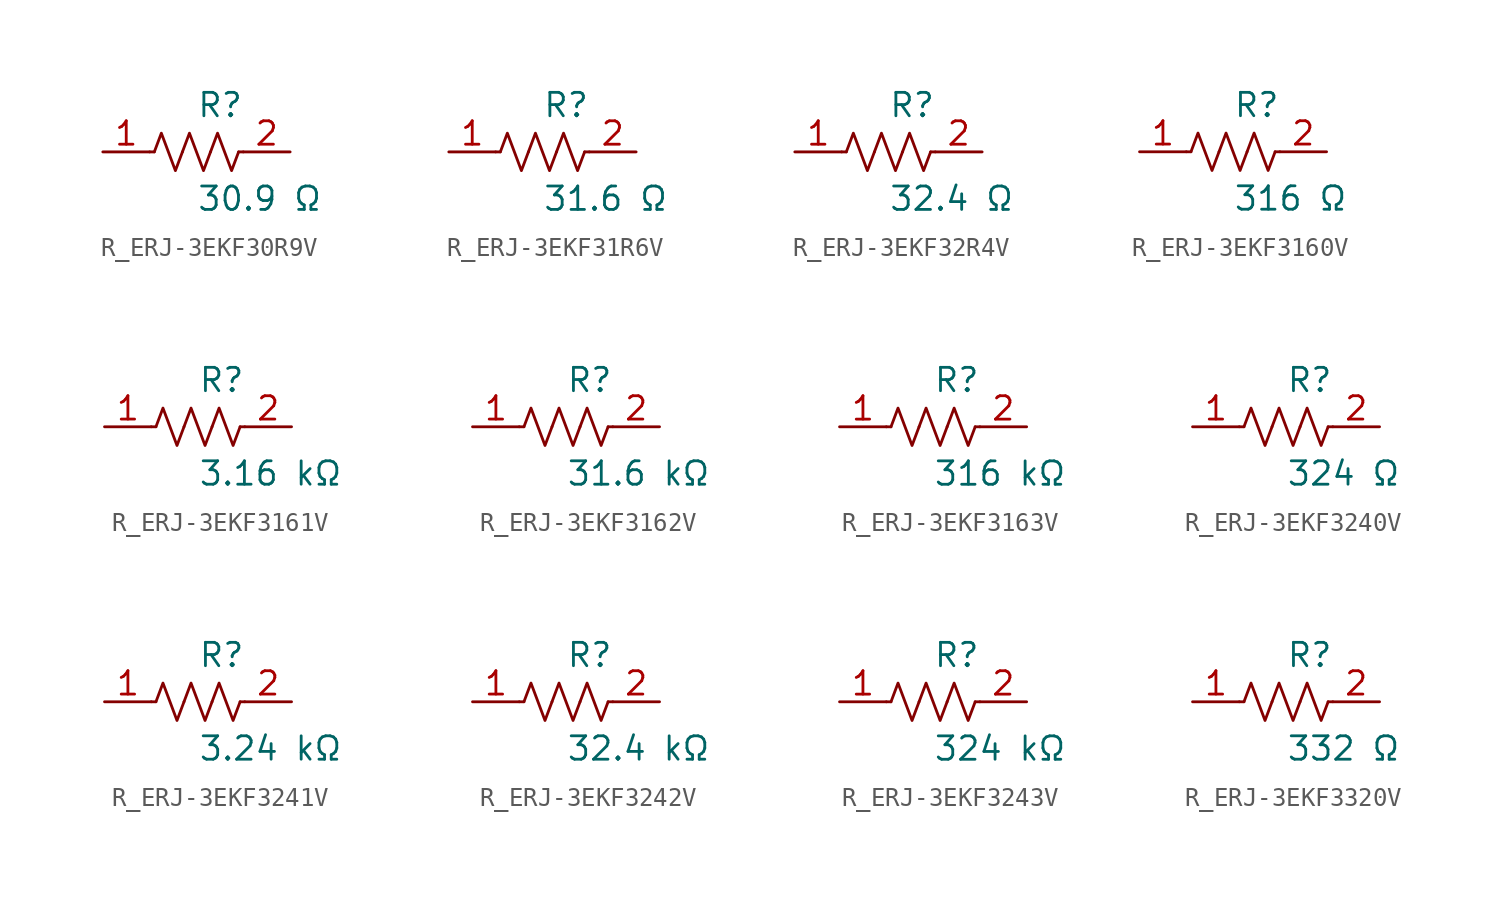
<source format=kicad_sym>
(kicad_symbol_lib
  (version 20231120)
  (generator "kicad_symbol_editor")
  (generator_version "8.0")
  (symbol "R_ERJ-3EKF30R9V"
    (pin_names
      (offset 0.254))
    (property "Reference" "R"
      (at 0 2.54 0)
      (effects (font (size 1.27 1.27)) (justify left)))
    (property "Value" "30.9 Ω"
      (at 0 -2.54 0)
      (effects (font (size 1.27 1.27)) (justify left)))
    (symbol "R_ERJ-3EKF30R9V_0_1"
      (polyline (pts (xy 2.286 0) (xy 2.54 0)) (stroke (width 0) (type default)) (fill (type none)))
      (polyline (pts (xy -2.286 0) (xy -2.54 0)) (stroke (width 0) (type default)) (fill (type none)))
      (polyline (pts (xy 0.762 0) (xy 1.143 1.016) (xy 1.524 0) (xy 1.905 -1.016) (xy 2.286 0)) (stroke (width 0) (type default)) (fill (type none)))
      (polyline (pts (xy -0.762 0) (xy -0.381 1.016) (xy 0 0) (xy 0.381 -1.016) (xy 0.762 0)) (stroke (width 0) (type default)) (fill (type none)))
      (polyline (pts (xy -2.286 0) (xy -1.905 1.016) (xy -1.524 0) (xy -1.143 -1.016) (xy -0.762 0)) (stroke (width 0) (type default)) (fill (type none))))
    (pin unspecified line
      (at -5.08 0 0)
      (length 2.54)
      (name "" (effects (font (size 1.27 1.27))))
      (number "1" (effects (font (size 1.27 1.27)))))
    (pin unspecified line
      (at 5.08 0 180)
      (length 2.54)
      (name "" (effects (font (size 1.27 1.27))))
      (number "2" (effects (font (size 1.27 1.27))))))
  (symbol "R_ERJ-3EKF31R6V"
    (pin_names
      (offset 0.254))
    (property "Reference" "R"
      (at 0 2.54 0)
      (effects (font (size 1.27 1.27)) (justify left)))
    (property "Value" "31.6 Ω"
      (at 0 -2.54 0)
      (effects (font (size 1.27 1.27)) (justify left)))
    (symbol "R_ERJ-3EKF31R6V_0_1"
      (polyline (pts (xy 2.286 0) (xy 2.54 0)) (stroke (width 0) (type default)) (fill (type none)))
      (polyline (pts (xy -2.286 0) (xy -2.54 0)) (stroke (width 0) (type default)) (fill (type none)))
      (polyline (pts (xy 0.762 0) (xy 1.143 1.016) (xy 1.524 0) (xy 1.905 -1.016) (xy 2.286 0)) (stroke (width 0) (type default)) (fill (type none)))
      (polyline (pts (xy -0.762 0) (xy -0.381 1.016) (xy 0 0) (xy 0.381 -1.016) (xy 0.762 0)) (stroke (width 0) (type default)) (fill (type none)))
      (polyline (pts (xy -2.286 0) (xy -1.905 1.016) (xy -1.524 0) (xy -1.143 -1.016) (xy -0.762 0)) (stroke (width 0) (type default)) (fill (type none))))
    (pin unspecified line
      (at -5.08 0 0)
      (length 2.54)
      (name "" (effects (font (size 1.27 1.27))))
      (number "1" (effects (font (size 1.27 1.27)))))
    (pin unspecified line
      (at 5.08 0 180)
      (length 2.54)
      (name "" (effects (font (size 1.27 1.27))))
      (number "2" (effects (font (size 1.27 1.27))))))
  (symbol "R_ERJ-3EKF32R4V"
    (pin_names
      (offset 0.254))
    (property "Reference" "R"
      (at 0 2.54 0)
      (effects (font (size 1.27 1.27)) (justify left)))
    (property "Value" "32.4 Ω"
      (at 0 -2.54 0)
      (effects (font (size 1.27 1.27)) (justify left)))
    (symbol "R_ERJ-3EKF32R4V_0_1"
      (polyline (pts (xy 2.286 0) (xy 2.54 0)) (stroke (width 0) (type default)) (fill (type none)))
      (polyline (pts (xy -2.286 0) (xy -2.54 0)) (stroke (width 0) (type default)) (fill (type none)))
      (polyline (pts (xy 0.762 0) (xy 1.143 1.016) (xy 1.524 0) (xy 1.905 -1.016) (xy 2.286 0)) (stroke (width 0) (type default)) (fill (type none)))
      (polyline (pts (xy -0.762 0) (xy -0.381 1.016) (xy 0 0) (xy 0.381 -1.016) (xy 0.762 0)) (stroke (width 0) (type default)) (fill (type none)))
      (polyline (pts (xy -2.286 0) (xy -1.905 1.016) (xy -1.524 0) (xy -1.143 -1.016) (xy -0.762 0)) (stroke (width 0) (type default)) (fill (type none))))
    (pin unspecified line
      (at -5.08 0 0)
      (length 2.54)
      (name "" (effects (font (size 1.27 1.27))))
      (number "1" (effects (font (size 1.27 1.27)))))
    (pin unspecified line
      (at 5.08 0 180)
      (length 2.54)
      (name "" (effects (font (size 1.27 1.27))))
      (number "2" (effects (font (size 1.27 1.27))))))
  (symbol "R_ERJ-3EKF3160V"
    (pin_names
      (offset 0.254))
    (property "Reference" "R"
      (at 0 2.54 0)
      (effects (font (size 1.27 1.27)) (justify left)))
    (property "Value" "316 Ω"
      (at 0 -2.54 0)
      (effects (font (size 1.27 1.27)) (justify left)))
    (symbol "R_ERJ-3EKF3160V_0_1"
      (polyline (pts (xy 2.286 0) (xy 2.54 0)) (stroke (width 0) (type default)) (fill (type none)))
      (polyline (pts (xy -2.286 0) (xy -2.54 0)) (stroke (width 0) (type default)) (fill (type none)))
      (polyline (pts (xy 0.762 0) (xy 1.143 1.016) (xy 1.524 0) (xy 1.905 -1.016) (xy 2.286 0)) (stroke (width 0) (type default)) (fill (type none)))
      (polyline (pts (xy -0.762 0) (xy -0.381 1.016) (xy 0 0) (xy 0.381 -1.016) (xy 0.762 0)) (stroke (width 0) (type default)) (fill (type none)))
      (polyline (pts (xy -2.286 0) (xy -1.905 1.016) (xy -1.524 0) (xy -1.143 -1.016) (xy -0.762 0)) (stroke (width 0) (type default)) (fill (type none))))
    (pin unspecified line
      (at -5.08 0 0)
      (length 2.54)
      (name "" (effects (font (size 1.27 1.27))))
      (number "1" (effects (font (size 1.27 1.27)))))
    (pin unspecified line
      (at 5.08 0 180)
      (length 2.54)
      (name "" (effects (font (size 1.27 1.27))))
      (number "2" (effects (font (size 1.27 1.27))))))
  (symbol "R_ERJ-3EKF3161V"
    (pin_names
      (offset 0.254))
    (property "Reference" "R"
      (at 0 2.54 0)
      (effects (font (size 1.27 1.27)) (justify left)))
    (property "Value" "3.16 kΩ"
      (at 0 -2.54 0)
      (effects (font (size 1.27 1.27)) (justify left)))
    (symbol "R_ERJ-3EKF3161V_0_1"
      (polyline (pts (xy 2.286 0) (xy 2.54 0)) (stroke (width 0) (type default)) (fill (type none)))
      (polyline (pts (xy -2.286 0) (xy -2.54 0)) (stroke (width 0) (type default)) (fill (type none)))
      (polyline (pts (xy 0.762 0) (xy 1.143 1.016) (xy 1.524 0) (xy 1.905 -1.016) (xy 2.286 0)) (stroke (width 0) (type default)) (fill (type none)))
      (polyline (pts (xy -0.762 0) (xy -0.381 1.016) (xy 0 0) (xy 0.381 -1.016) (xy 0.762 0)) (stroke (width 0) (type default)) (fill (type none)))
      (polyline (pts (xy -2.286 0) (xy -1.905 1.016) (xy -1.524 0) (xy -1.143 -1.016) (xy -0.762 0)) (stroke (width 0) (type default)) (fill (type none))))
    (pin unspecified line
      (at -5.08 0 0)
      (length 2.54)
      (name "" (effects (font (size 1.27 1.27))))
      (number "1" (effects (font (size 1.27 1.27)))))
    (pin unspecified line
      (at 5.08 0 180)
      (length 2.54)
      (name "" (effects (font (size 1.27 1.27))))
      (number "2" (effects (font (size 1.27 1.27))))))
  (symbol "R_ERJ-3EKF3162V"
    (pin_names
      (offset 0.254))
    (property "Reference" "R"
      (at 0 2.54 0)
      (effects (font (size 1.27 1.27)) (justify left)))
    (property "Value" "31.6 kΩ"
      (at 0 -2.54 0)
      (effects (font (size 1.27 1.27)) (justify left)))
    (symbol "R_ERJ-3EKF3162V_0_1"
      (polyline (pts (xy 2.286 0) (xy 2.54 0)) (stroke (width 0) (type default)) (fill (type none)))
      (polyline (pts (xy -2.286 0) (xy -2.54 0)) (stroke (width 0) (type default)) (fill (type none)))
      (polyline (pts (xy 0.762 0) (xy 1.143 1.016) (xy 1.524 0) (xy 1.905 -1.016) (xy 2.286 0)) (stroke (width 0) (type default)) (fill (type none)))
      (polyline (pts (xy -0.762 0) (xy -0.381 1.016) (xy 0 0) (xy 0.381 -1.016) (xy 0.762 0)) (stroke (width 0) (type default)) (fill (type none)))
      (polyline (pts (xy -2.286 0) (xy -1.905 1.016) (xy -1.524 0) (xy -1.143 -1.016) (xy -0.762 0)) (stroke (width 0) (type default)) (fill (type none))))
    (pin unspecified line
      (at -5.08 0 0)
      (length 2.54)
      (name "" (effects (font (size 1.27 1.27))))
      (number "1" (effects (font (size 1.27 1.27)))))
    (pin unspecified line
      (at 5.08 0 180)
      (length 2.54)
      (name "" (effects (font (size 1.27 1.27))))
      (number "2" (effects (font (size 1.27 1.27))))))
  (symbol "R_ERJ-3EKF3163V"
    (pin_names
      (offset 0.254))
    (property "Reference" "R"
      (at 0 2.54 0)
      (effects (font (size 1.27 1.27)) (justify left)))
    (property "Value" "316 kΩ"
      (at 0 -2.54 0)
      (effects (font (size 1.27 1.27)) (justify left)))
    (symbol "R_ERJ-3EKF3163V_0_1"
      (polyline (pts (xy 2.286 0) (xy 2.54 0)) (stroke (width 0) (type default)) (fill (type none)))
      (polyline (pts (xy -2.286 0) (xy -2.54 0)) (stroke (width 0) (type default)) (fill (type none)))
      (polyline (pts (xy 0.762 0) (xy 1.143 1.016) (xy 1.524 0) (xy 1.905 -1.016) (xy 2.286 0)) (stroke (width 0) (type default)) (fill (type none)))
      (polyline (pts (xy -0.762 0) (xy -0.381 1.016) (xy 0 0) (xy 0.381 -1.016) (xy 0.762 0)) (stroke (width 0) (type default)) (fill (type none)))
      (polyline (pts (xy -2.286 0) (xy -1.905 1.016) (xy -1.524 0) (xy -1.143 -1.016) (xy -0.762 0)) (stroke (width 0) (type default)) (fill (type none))))
    (pin unspecified line
      (at -5.08 0 0)
      (length 2.54)
      (name "" (effects (font (size 1.27 1.27))))
      (number "1" (effects (font (size 1.27 1.27)))))
    (pin unspecified line
      (at 5.08 0 180)
      (length 2.54)
      (name "" (effects (font (size 1.27 1.27))))
      (number "2" (effects (font (size 1.27 1.27))))))
  (symbol "R_ERJ-3EKF3240V"
    (pin_names
      (offset 0.254))
    (property "Reference" "R"
      (at 0 2.54 0)
      (effects (font (size 1.27 1.27)) (justify left)))
    (property "Value" "324 Ω"
      (at 0 -2.54 0)
      (effects (font (size 1.27 1.27)) (justify left)))
    (symbol "R_ERJ-3EKF3240V_0_1"
      (polyline (pts (xy 2.286 0) (xy 2.54 0)) (stroke (width 0) (type default)) (fill (type none)))
      (polyline (pts (xy -2.286 0) (xy -2.54 0)) (stroke (width 0) (type default)) (fill (type none)))
      (polyline (pts (xy 0.762 0) (xy 1.143 1.016) (xy 1.524 0) (xy 1.905 -1.016) (xy 2.286 0)) (stroke (width 0) (type default)) (fill (type none)))
      (polyline (pts (xy -0.762 0) (xy -0.381 1.016) (xy 0 0) (xy 0.381 -1.016) (xy 0.762 0)) (stroke (width 0) (type default)) (fill (type none)))
      (polyline (pts (xy -2.286 0) (xy -1.905 1.016) (xy -1.524 0) (xy -1.143 -1.016) (xy -0.762 0)) (stroke (width 0) (type default)) (fill (type none))))
    (pin unspecified line
      (at -5.08 0 0)
      (length 2.54)
      (name "" (effects (font (size 1.27 1.27))))
      (number "1" (effects (font (size 1.27 1.27)))))
    (pin unspecified line
      (at 5.08 0 180)
      (length 2.54)
      (name "" (effects (font (size 1.27 1.27))))
      (number "2" (effects (font (size 1.27 1.27))))))
  (symbol "R_ERJ-3EKF3241V"
    (pin_names
      (offset 0.254))
    (property "Reference" "R"
      (at 0 2.54 0)
      (effects (font (size 1.27 1.27)) (justify left)))
    (property "Value" "3.24 kΩ"
      (at 0 -2.54 0)
      (effects (font (size 1.27 1.27)) (justify left)))
    (symbol "R_ERJ-3EKF3241V_0_1"
      (polyline (pts (xy 2.286 0) (xy 2.54 0)) (stroke (width 0) (type default)) (fill (type none)))
      (polyline (pts (xy -2.286 0) (xy -2.54 0)) (stroke (width 0) (type default)) (fill (type none)))
      (polyline (pts (xy 0.762 0) (xy 1.143 1.016) (xy 1.524 0) (xy 1.905 -1.016) (xy 2.286 0)) (stroke (width 0) (type default)) (fill (type none)))
      (polyline (pts (xy -0.762 0) (xy -0.381 1.016) (xy 0 0) (xy 0.381 -1.016) (xy 0.762 0)) (stroke (width 0) (type default)) (fill (type none)))
      (polyline (pts (xy -2.286 0) (xy -1.905 1.016) (xy -1.524 0) (xy -1.143 -1.016) (xy -0.762 0)) (stroke (width 0) (type default)) (fill (type none))))
    (pin unspecified line
      (at -5.08 0 0)
      (length 2.54)
      (name "" (effects (font (size 1.27 1.27))))
      (number "1" (effects (font (size 1.27 1.27)))))
    (pin unspecified line
      (at 5.08 0 180)
      (length 2.54)
      (name "" (effects (font (size 1.27 1.27))))
      (number "2" (effects (font (size 1.27 1.27))))))
  (symbol "R_ERJ-3EKF3242V"
    (pin_names
      (offset 0.254))
    (property "Reference" "R"
      (at 0 2.54 0)
      (effects (font (size 1.27 1.27)) (justify left)))
    (property "Value" "32.4 kΩ"
      (at 0 -2.54 0)
      (effects (font (size 1.27 1.27)) (justify left)))
    (symbol "R_ERJ-3EKF3242V_0_1"
      (polyline (pts (xy 2.286 0) (xy 2.54 0)) (stroke (width 0) (type default)) (fill (type none)))
      (polyline (pts (xy -2.286 0) (xy -2.54 0)) (stroke (width 0) (type default)) (fill (type none)))
      (polyline (pts (xy 0.762 0) (xy 1.143 1.016) (xy 1.524 0) (xy 1.905 -1.016) (xy 2.286 0)) (stroke (width 0) (type default)) (fill (type none)))
      (polyline (pts (xy -0.762 0) (xy -0.381 1.016) (xy 0 0) (xy 0.381 -1.016) (xy 0.762 0)) (stroke (width 0) (type default)) (fill (type none)))
      (polyline (pts (xy -2.286 0) (xy -1.905 1.016) (xy -1.524 0) (xy -1.143 -1.016) (xy -0.762 0)) (stroke (width 0) (type default)) (fill (type none))))
    (pin unspecified line
      (at -5.08 0 0)
      (length 2.54)
      (name "" (effects (font (size 1.27 1.27))))
      (number "1" (effects (font (size 1.27 1.27)))))
    (pin unspecified line
      (at 5.08 0 180)
      (length 2.54)
      (name "" (effects (font (size 1.27 1.27))))
      (number "2" (effects (font (size 1.27 1.27))))))
  (symbol "R_ERJ-3EKF3243V"
    (pin_names
      (offset 0.254))
    (property "Reference" "R"
      (at 0 2.54 0)
      (effects (font (size 1.27 1.27)) (justify left)))
    (property "Value" "324 kΩ"
      (at 0 -2.54 0)
      (effects (font (size 1.27 1.27)) (justify left)))
    (symbol "R_ERJ-3EKF3243V_0_1"
      (polyline (pts (xy 2.286 0) (xy 2.54 0)) (stroke (width 0) (type default)) (fill (type none)))
      (polyline (pts (xy -2.286 0) (xy -2.54 0)) (stroke (width 0) (type default)) (fill (type none)))
      (polyline (pts (xy 0.762 0) (xy 1.143 1.016) (xy 1.524 0) (xy 1.905 -1.016) (xy 2.286 0)) (stroke (width 0) (type default)) (fill (type none)))
      (polyline (pts (xy -0.762 0) (xy -0.381 1.016) (xy 0 0) (xy 0.381 -1.016) (xy 0.762 0)) (stroke (width 0) (type default)) (fill (type none)))
      (polyline (pts (xy -2.286 0) (xy -1.905 1.016) (xy -1.524 0) (xy -1.143 -1.016) (xy -0.762 0)) (stroke (width 0) (type default)) (fill (type none))))
    (pin unspecified line
      (at -5.08 0 0)
      (length 2.54)
      (name "" (effects (font (size 1.27 1.27))))
      (number "1" (effects (font (size 1.27 1.27)))))
    (pin unspecified line
      (at 5.08 0 180)
      (length 2.54)
      (name "" (effects (font (size 1.27 1.27))))
      (number "2" (effects (font (size 1.27 1.27))))))
  (symbol "R_ERJ-3EKF3320V"
    (pin_names
      (offset 0.254))
    (property "Reference" "R"
      (at 0 2.54 0)
      (effects (font (size 1.27 1.27)) (justify left)))
    (property "Value" "332 Ω"
      (at 0 -2.54 0)
      (effects (font (size 1.27 1.27)) (justify left)))
    (symbol "R_ERJ-3EKF3320V_0_1"
      (polyline (pts (xy 2.286 0) (xy 2.54 0)) (stroke (width 0) (type default)) (fill (type none)))
      (polyline (pts (xy -2.286 0) (xy -2.54 0)) (stroke (width 0) (type default)) (fill (type none)))
      (polyline (pts (xy 0.762 0) (xy 1.143 1.016) (xy 1.524 0) (xy 1.905 -1.016) (xy 2.286 0)) (stroke (width 0) (type default)) (fill (type none)))
      (polyline (pts (xy -0.762 0) (xy -0.381 1.016) (xy 0 0) (xy 0.381 -1.016) (xy 0.762 0)) (stroke (width 0) (type default)) (fill (type none)))
      (polyline (pts (xy -2.286 0) (xy -1.905 1.016) (xy -1.524 0) (xy -1.143 -1.016) (xy -0.762 0)) (stroke (width 0) (type default)) (fill (type none))))
    (pin unspecified line
      (at -5.08 0 0)
      (length 2.54)
      (name "" (effects (font (size 1.27 1.27))))
      (number "1" (effects (font (size 1.27 1.27)))))
    (pin unspecified line
      (at 5.08 0 180)
      (length 2.54)
      (name "" (effects (font (size 1.27 1.27))))
      (number "2" (effects (font (size 1.27 1.27)))))))
</source>
